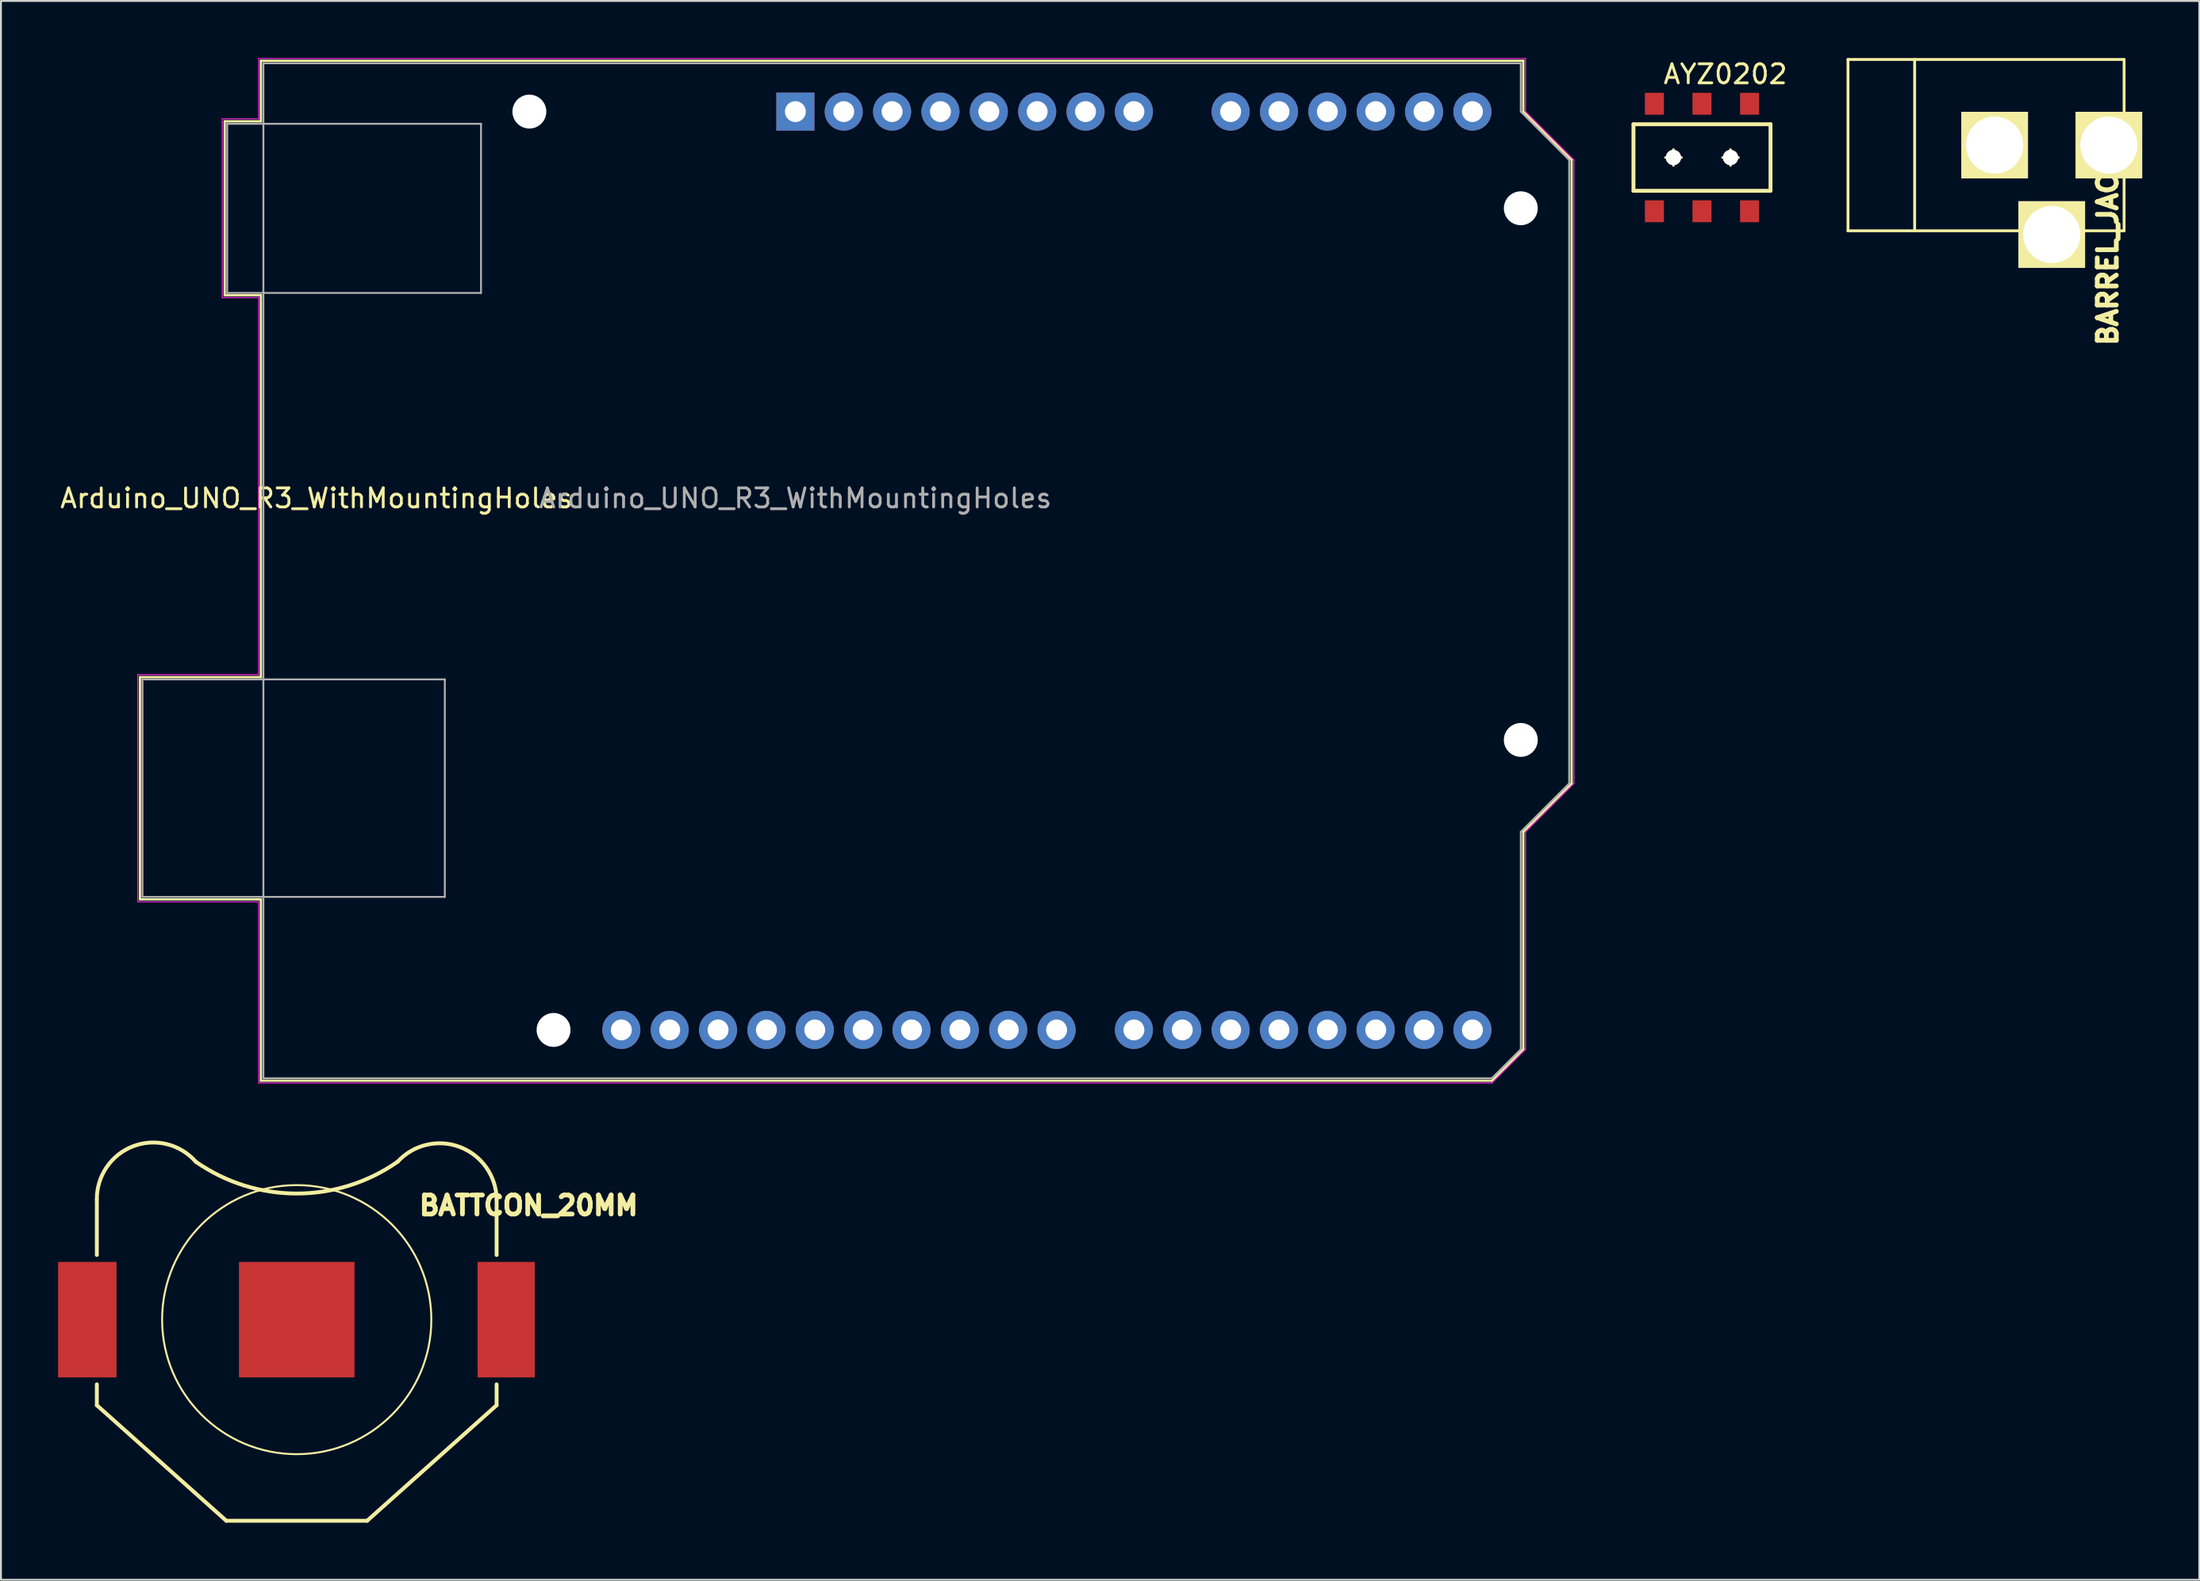
<source format=kicad_pcb>
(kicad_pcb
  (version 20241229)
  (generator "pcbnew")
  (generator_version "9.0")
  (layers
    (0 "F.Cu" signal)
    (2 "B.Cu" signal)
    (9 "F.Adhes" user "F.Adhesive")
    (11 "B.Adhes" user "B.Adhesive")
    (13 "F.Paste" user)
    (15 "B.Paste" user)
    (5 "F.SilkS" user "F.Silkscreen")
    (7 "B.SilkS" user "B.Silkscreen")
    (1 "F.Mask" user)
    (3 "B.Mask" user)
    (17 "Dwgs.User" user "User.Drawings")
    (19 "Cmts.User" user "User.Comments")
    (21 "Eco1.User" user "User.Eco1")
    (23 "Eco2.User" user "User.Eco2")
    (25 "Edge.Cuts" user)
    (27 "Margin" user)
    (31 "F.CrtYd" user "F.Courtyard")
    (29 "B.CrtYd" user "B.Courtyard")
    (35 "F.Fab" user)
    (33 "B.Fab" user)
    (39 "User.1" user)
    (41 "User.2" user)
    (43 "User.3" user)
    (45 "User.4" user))
  (footprint "BATTCON_20MM"
    (layer "F.Cu")
    (at 12.534 66.301)
    (property "Reference" "BATTCON_20MM" (at 12.18 -6 0) (layer "F.SilkS") (effects (font (size 1 1) (thickness 0.25))))
    (attr smd)
    (fp_line (start -10.498 -6.299) (end -10.498 -3.399) (stroke (width 0.203) (type solid)) (layer "F.SilkS"))
    (fp_line (start -10.498 4.498) (end -10.498 3.399) (stroke (width 0.203) (type solid)) (layer "F.SilkS"))
    (fp_line (start -3.698 10.569) (end -10.498 4.498) (stroke (width 0.203) (type solid)) (layer "F.SilkS"))
    (fp_line (start -3.698 10.569) (end 3.698 10.569) (stroke (width 0.203) (type solid)) (layer "F.SilkS"))
    (fp_line (start 3.698 10.569) (end 10.498 4.498) (stroke (width 0.203) (type solid)) (layer "F.SilkS"))
    (fp_line (start 10.498 -6.299) (end 10.498 -3.399) (stroke (width 0.203) (type solid)) (layer "F.SilkS"))
    (fp_line (start 10.498 4.498) (end 10.498 3.399) (stroke (width 0.203) (type solid)) (layer "F.SilkS"))
    (fp_arc (start -10.49782 -6.2992) (mid -8.596027 -9.111716) (end -5.299815 -8.298053) (stroke (width 0.2032) (type solid)) (layer "F.SilkS"))
    (fp_arc (start 5.29844 -8.29818) (mid 0.006776 -6.627996) (end -5.287332 -8.290416) (stroke (width 0.2032) (type solid)) (layer "F.SilkS"))
    (fp_arc (start 5.29844 -8.29818) (mid 8.577815 -9.070348) (end 10.500564 -6.303837) (stroke (width 0.2032) (type solid)) (layer "F.SilkS"))
    (fp_circle (center 0 0) (end -4.999 4.999) (stroke (width 0.102) (type solid)) (fill no) (layer "F.SilkS"))
    (pad "1" smd rect (at 11 0) (size 3 6.068) (layers "F.Cu" "F.Mask" "F.Paste"))
    (pad "2" smd rect (at 0 0) (size 6.068 6.068) (layers "F.Cu" "F.Mask" "F.Paste"))
    (pad "3" smd rect (at -11 0) (size 3.068 6.068) (layers "F.Cu" "F.Mask" "F.Paste")))
  (footprint "Arduino_UNO_R3_WithMountingHoles"
    (layer "F.Cu")
    (at 38.723 2.815)
    (property "Reference" "Arduino_UNO_R3_WithMountingHoles" (at -25.146 20.32 0) (layer "F.SilkS") (effects (font (size 1 1) (thickness 0.15))))
    (attr through_hole)
    (fp_line (start -34.42 29.72) (end -34.42 41.4) (stroke (width 0.12) (type solid)) (layer "F.SilkS"))
    (fp_line (start -34.42 41.4) (end -28.07 41.4) (stroke (width 0.12) (type solid)) (layer "F.SilkS"))
    (fp_line (start -29.97 0.51) (end -29.97 9.65) (stroke (width 0.12) (type solid)) (layer "F.SilkS"))
    (fp_line (start -29.97 9.65) (end -28.07 9.65) (stroke (width 0.12) (type solid)) (layer "F.SilkS"))
    (fp_line (start -28.07 -2.67) (end -28.07 0.51) (stroke (width 0.12) (type solid)) (layer "F.SilkS"))
    (fp_line (start -28.07 0.51) (end -29.97 0.51) (stroke (width 0.12) (type solid)) (layer "F.SilkS"))
    (fp_line (start -28.07 9.65) (end -28.07 29.72) (stroke (width 0.12) (type solid)) (layer "F.SilkS"))
    (fp_line (start -28.07 29.72) (end -34.42 29.72) (stroke (width 0.12) (type solid)) (layer "F.SilkS"))
    (fp_line (start -28.07 41.4) (end -28.07 50.93) (stroke (width 0.12) (type solid)) (layer "F.SilkS"))
    (fp_line (start -28.07 50.93) (end 36.58 50.93) (stroke (width 0.12) (type solid)) (layer "F.SilkS"))
    (fp_line (start 36.58 50.93) (end 38.23 49.28) (stroke (width 0.12) (type solid)) (layer "F.SilkS"))
    (fp_line (start 38.23 -2.67) (end -28.07 -2.67) (stroke (width 0.12) (type solid)) (layer "F.SilkS"))
    (fp_line (start 38.23 0) (end 38.23 -2.67) (stroke (width 0.12) (type solid)) (layer "F.SilkS"))
    (fp_line (start 38.23 37.85) (end 40.77 35.31) (stroke (width 0.12) (type solid)) (layer "F.SilkS"))
    (fp_line (start 38.23 49.28) (end 38.23 37.85) (stroke (width 0.12) (type solid)) (layer "F.SilkS"))
    (fp_line (start 40.77 2.54) (end 38.23 0) (stroke (width 0.12) (type solid)) (layer "F.SilkS"))
    (fp_line (start 40.77 35.31) (end 40.77 2.54) (stroke (width 0.12) (type solid)) (layer "F.SilkS"))
    (fp_line (start -34.54 29.59) (end -28.19 29.59) (stroke (width 0.05) (type solid)) (layer "F.CrtYd"))
    (fp_line (start -34.54 41.53) (end -34.54 29.59) (stroke (width 0.05) (type solid)) (layer "F.CrtYd"))
    (fp_line (start -30.1 0.38) (end -28.19 0.38) (stroke (width 0.05) (type solid)) (layer "F.CrtYd"))
    (fp_line (start -30.1 9.78) (end -30.1 0.38) (stroke (width 0.05) (type solid)) (layer "F.CrtYd"))
    (fp_line (start -28.19 -2.79) (end 38.35 -2.79) (stroke (width 0.05) (type solid)) (layer "F.CrtYd"))
    (fp_line (start -28.19 0.38) (end -28.19 -2.79) (stroke (width 0.05) (type solid)) (layer "F.CrtYd"))
    (fp_line (start -28.19 9.78) (end -30.1 9.78) (stroke (width 0.05) (type solid)) (layer "F.CrtYd"))
    (fp_line (start -28.19 29.59) (end -28.19 9.78) (stroke (width 0.05) (type solid)) (layer "F.CrtYd"))
    (fp_line (start -28.19 41.53) (end -34.54 41.53) (stroke (width 0.05) (type solid)) (layer "F.CrtYd"))
    (fp_line (start -28.19 51.05) (end -28.19 41.53) (stroke (width 0.05) (type solid)) (layer "F.CrtYd"))
    (fp_line (start 36.58 51.05) (end -28.19 51.05) (stroke (width 0.05) (type solid)) (layer "F.CrtYd"))
    (fp_line (start 38.35 -2.79) (end 38.35 0) (stroke (width 0.05) (type solid)) (layer "F.CrtYd"))
    (fp_line (start 38.35 0) (end 40.89 2.54) (stroke (width 0.05) (type solid)) (layer "F.CrtYd"))
    (fp_line (start 38.35 37.85) (end 38.35 49.28) (stroke (width 0.05) (type solid)) (layer "F.CrtYd"))
    (fp_line (start 38.35 49.28) (end 36.58 51.05) (stroke (width 0.05) (type solid)) (layer "F.CrtYd"))
    (fp_line (start 40.89 2.54) (end 40.89 35.31) (stroke (width 0.05) (type solid)) (layer "F.CrtYd"))
    (fp_line (start 40.89 35.31) (end 38.35 37.85) (stroke (width 0.05) (type solid)) (layer "F.CrtYd"))
    (fp_line (start -34.29 29.84) (end -18.41 29.84) (stroke (width 0.1) (type solid)) (layer "F.Fab"))
    (fp_line (start -34.29 41.27) (end -34.29 29.84) (stroke (width 0.1) (type solid)) (layer "F.Fab"))
    (fp_line (start -29.84 0.64) (end -16.51 0.64) (stroke (width 0.1) (type solid)) (layer "F.Fab"))
    (fp_line (start -29.84 9.53) (end -29.84 0.64) (stroke (width 0.1) (type solid)) (layer "F.Fab"))
    (fp_line (start -27.94 -2.54) (end 38.1 -2.54) (stroke (width 0.1) (type solid)) (layer "F.Fab"))
    (fp_line (start -27.94 50.8) (end -27.94 -2.54) (stroke (width 0.1) (type solid)) (layer "F.Fab"))
    (fp_line (start -18.41 29.84) (end -18.41 41.27) (stroke (width 0.1) (type solid)) (layer "F.Fab"))
    (fp_line (start -18.41 41.27) (end -34.29 41.27) (stroke (width 0.1) (type solid)) (layer "F.Fab"))
    (fp_line (start -16.51 0.64) (end -16.51 9.53) (stroke (width 0.1) (type solid)) (layer "F.Fab"))
    (fp_line (start -16.51 9.53) (end -29.84 9.53) (stroke (width 0.1) (type solid)) (layer "F.Fab"))
    (fp_line (start 36.58 50.8) (end -27.94 50.8) (stroke (width 0.1) (type solid)) (layer "F.Fab"))
    (fp_line (start 38.1 -2.54) (end 38.1 0) (stroke (width 0.1) (type solid)) (layer "F.Fab"))
    (fp_line (start 38.1 0) (end 40.64 2.54) (stroke (width 0.1) (type solid)) (layer "F.Fab"))
    (fp_line (start 38.1 37.85) (end 38.1 49.28) (stroke (width 0.1) (type solid)) (layer "F.Fab"))
    (fp_line (start 38.1 49.28) (end 36.58 50.8) (stroke (width 0.1) (type solid)) (layer "F.Fab"))
    (fp_line (start 40.64 2.54) (end 40.64 35.31) (stroke (width 0.1) (type solid)) (layer "F.Fab"))
    (fp_line (start 40.64 35.31) (end 38.1 37.85) (stroke (width 0.1) (type solid)) (layer "F.Fab"))
    (fp_text user "${REFERENCE}" (at 0 20.32 180) (layer "F.Fab") (effects (font (size 1 1) (thickness 0.15))))
    (pad "" np_thru_hole circle (at -13.97 0 90) (size 1.78 1.78) (drill 1.78) (layers "*.Cu" "*.Mask"))
    (pad "" np_thru_hole circle (at -12.7 48.26 90) (size 1.78 1.78) (drill 1.78) (layers "*.Cu" "*.Mask"))
    (pad "" np_thru_hole circle (at 38.1 5.08 90) (size 1.78 1.78) (drill 1.78) (layers "*.Cu" "*.Mask"))
    (pad "" np_thru_hole circle (at 38.1 33.02 90) (size 1.78 1.78) (drill 1.78) (layers "*.Cu" "*.Mask"))
    (pad "1" thru_hole rect (at 0 0 90) (size 2 2) (drill 1.1) (layers "*.Cu" "*.Mask"))
    (pad "2" thru_hole oval (at 2.54 0 90) (size 2 2) (drill 1.1) (layers "*.Cu" "*.Mask"))
    (pad "3" thru_hole oval (at 5.08 0 90) (size 2 2) (drill 1.1) (layers "*.Cu" "*.Mask"))
    (pad "4" thru_hole oval (at 7.62 0 90) (size 2 2) (drill 1.1) (layers "*.Cu" "*.Mask"))
    (pad "5" thru_hole oval (at 10.16 0 90) (size 2 2) (drill 1.1) (layers "*.Cu" "*.Mask"))
    (pad "6" thru_hole oval (at 12.7 0 90) (size 2 2) (drill 1.1) (layers "*.Cu" "*.Mask"))
    (pad "7" thru_hole oval (at 15.24 0 90) (size 2 2) (drill 1.1) (layers "*.Cu" "*.Mask"))
    (pad "8" thru_hole oval (at 17.78 0 90) (size 2 2) (drill 1.1) (layers "*.Cu" "*.Mask"))
    (pad "9" thru_hole oval (at 22.86 0 90) (size 2 2) (drill 1.1) (layers "*.Cu" "*.Mask"))
    (pad "10" thru_hole oval (at 25.4 0 90) (size 2 2) (drill 1.1) (layers "*.Cu" "*.Mask"))
    (pad "11" thru_hole oval (at 27.94 0 90) (size 2 2) (drill 1.1) (layers "*.Cu" "*.Mask"))
    (pad "12" thru_hole oval (at 30.48 0 90) (size 2 2) (drill 1.1) (layers "*.Cu" "*.Mask"))
    (pad "13" thru_hole oval (at 33.02 0 90) (size 2 2) (drill 1.1) (layers "*.Cu" "*.Mask"))
    (pad "14" thru_hole oval (at 35.56 0 90) (size 2 2) (drill 1.1) (layers "*.Cu" "*.Mask"))
    (pad "15" thru_hole oval (at 35.56 48.26 90) (size 2 2) (drill 1.1) (layers "*.Cu" "*.Mask"))
    (pad "16" thru_hole oval (at 33.02 48.26 90) (size 2 2) (drill 1.1) (layers "*.Cu" "*.Mask"))
    (pad "17" thru_hole oval (at 30.48 48.26 90) (size 2 2) (drill 1.1) (layers "*.Cu" "*.Mask"))
    (pad "18" thru_hole oval (at 27.94 48.26 90) (size 2 2) (drill 1.1) (layers "*.Cu" "*.Mask"))
    (pad "19" thru_hole oval (at 25.4 48.26 90) (size 2 2) (drill 1.1) (layers "*.Cu" "*.Mask"))
    (pad "20" thru_hole oval (at 22.86 48.26 90) (size 2 2) (drill 1.1) (layers "*.Cu" "*.Mask"))
    (pad "21" thru_hole oval (at 20.32 48.26 90) (size 2 2) (drill 1.1) (layers "*.Cu" "*.Mask"))
    (pad "22" thru_hole oval (at 17.78 48.26 90) (size 2 2) (drill 1.1) (layers "*.Cu" "*.Mask"))
    (pad "23" thru_hole oval (at 13.72 48.26 90) (size 2 2) (drill 1.1) (layers "*.Cu" "*.Mask"))
    (pad "24" thru_hole oval (at 11.18 48.26 90) (size 2 2) (drill 1.1) (layers "*.Cu" "*.Mask"))
    (pad "25" thru_hole oval (at 8.64 48.26 90) (size 2 2) (drill 1.1) (layers "*.Cu" "*.Mask"))
    (pad "26" thru_hole oval (at 6.1 48.26 90) (size 2 2) (drill 1.1) (layers "*.Cu" "*.Mask"))
    (pad "27" thru_hole oval (at 3.56 48.26 90) (size 2 2) (drill 1.1) (layers "*.Cu" "*.Mask"))
    (pad "28" thru_hole oval (at 1.02 48.26 90) (size 2 2) (drill 1.1) (layers "*.Cu" "*.Mask"))
    (pad "29" thru_hole oval (at -1.52 48.26 90) (size 2 2) (drill 1.1) (layers "*.Cu" "*.Mask"))
    (pad "30" thru_hole oval (at -4.06 48.26 90) (size 2 2) (drill 1.1) (layers "*.Cu" "*.Mask"))
    (pad "31" thru_hole oval (at -6.6 48.26 90) (size 2 2) (drill 1.1) (layers "*.Cu" "*.Mask"))
    (pad "32" thru_hole oval (at -9.14 48.26 90) (size 2 2) (drill 1.1) (layers "*.Cu" "*.Mask")))
  (footprint "AYZ0202"
    (layer "F.Cu")
    (at 86.339 5.228)
    (property "Reference" "AYZ0202" (at 1.23 -4.38 0) (layer "F.SilkS") (effects (font (size 1 1) (thickness 0.15))))
    (attr smd)
    (fp_line (start -3.599 -1.748) (end -3.599 1.748) (stroke (width 0.203) (type solid)) (layer "F.SilkS"))
    (fp_line (start -3.599 1.748) (end 3.599 1.748) (stroke (width 0.203) (type solid)) (layer "F.SilkS"))
    (fp_line (start -1.923 0) (end -1.074 0) (stroke (width 0.127) (type solid)) (layer "F.SilkS"))
    (fp_line (start -1.499 0.424) (end -1.499 -0.424) (stroke (width 0.127) (type solid)) (layer "F.SilkS"))
    (fp_line (start 1.074 0) (end 1.923 0) (stroke (width 0.127) (type solid)) (layer "F.SilkS"))
    (fp_line (start 1.499 0.424) (end 1.499 -0.424) (stroke (width 0.127) (type solid)) (layer "F.SilkS"))
    (fp_line (start 3.599 -1.748) (end -3.599 -1.748) (stroke (width 0.203) (type solid)) (layer "F.SilkS"))
    (fp_line (start 3.599 1.748) (end 3.599 -1.748) (stroke (width 0.203) (type solid)) (layer "F.SilkS"))
    (fp_circle (center -1.499 0) (end -1.709 0.211) (stroke (width 0.127) (type solid)) (fill no) (layer "F.SilkS"))
    (fp_circle (center 1.499 0) (end 1.709 0.211) (stroke (width 0.127) (type solid)) (fill no) (layer "F.SilkS"))
    (pad "" np_thru_hole circle (at -1.5 0) (size 0.8 0.8) (drill 0.8) (layers "*.Cu" "*.Mask" "F.SilkS"))
    (pad "" np_thru_hole circle (at 1.5 0) (size 0.8 0.8) (drill 0.8) (layers "*.Cu" "*.Mask" "F.SilkS"))
    (pad "1" smd rect (at -2.499 -2.824) (size 0.998 1.148) (layers "F.Cu" "F.Mask" "F.Paste"))
    (pad "2" smd rect (at 0 -2.824) (size 0.998 1.148) (layers "F.Cu" "F.Mask" "F.Paste"))
    (pad "3" smd rect (at 2.499 -2.824) (size 0.998 1.148) (layers "F.Cu" "F.Mask" "F.Paste"))
    (pad "4" smd rect (at -2.499 2.824) (size 0.998 1.148) (layers "F.Cu" "F.Mask" "F.Paste"))
    (pad "5" smd rect (at 0 2.824) (size 0.998 1.148) (layers "F.Cu" "F.Mask" "F.Paste"))
    (pad "6" smd rect (at 2.499 2.824) (size 0.998 1.148) (layers "F.Cu" "F.Mask" "F.Paste")))
  (footprint "BARREL_JACK"
    (layer "F.Cu")
    (at 101.508 4.576)
    (property "Reference" "BARREL_JACK" (at 6.14 5.52 270) (layer "F.SilkS") (effects (font (size 1 1) (thickness 0.25))))
    (attr through_hole)
    (fp_line (start -7.501 -4.501) (end -7.501 4.501) (stroke (width 0.15) (type solid)) (layer "F.SilkS"))
    (fp_line (start -7.501 4.501) (end 7 4.501) (stroke (width 0.15) (type solid)) (layer "F.SilkS"))
    (fp_line (start -4 -4.501) (end -4 4.501) (stroke (width 0.15) (type solid)) (layer "F.SilkS"))
    (fp_line (start 7 -4.501) (end -7.501 -4.501) (stroke (width 0.15) (type solid)) (layer "F.SilkS"))
    (fp_line (start 7 4.501) (end 7 -4.501) (stroke (width 0.15) (type solid)) (layer "F.SilkS"))
    (pad "1" thru_hole rect (at 6.2 0) (size 3.5 3.5) (drill 3) (layers "*.Cu" "*.Mask" "F.SilkS"))
    (pad "2" thru_hole rect (at 0.201 0) (size 3.5 3.5) (drill 3) (layers "*.Cu" "*.Mask" "F.SilkS"))
    (pad "3" thru_hole rect (at 3.2 4.699) (size 3.5 3.5) (drill 3) (layers "*.Cu" "*.Mask" "F.SilkS")))
  (gr_rect
    (start -3 -3)
    (end 112.458 79.972)
    (stroke (width 0.1) (type default))
    (fill no)
    (layer "Edge.Cuts")))
</source>
